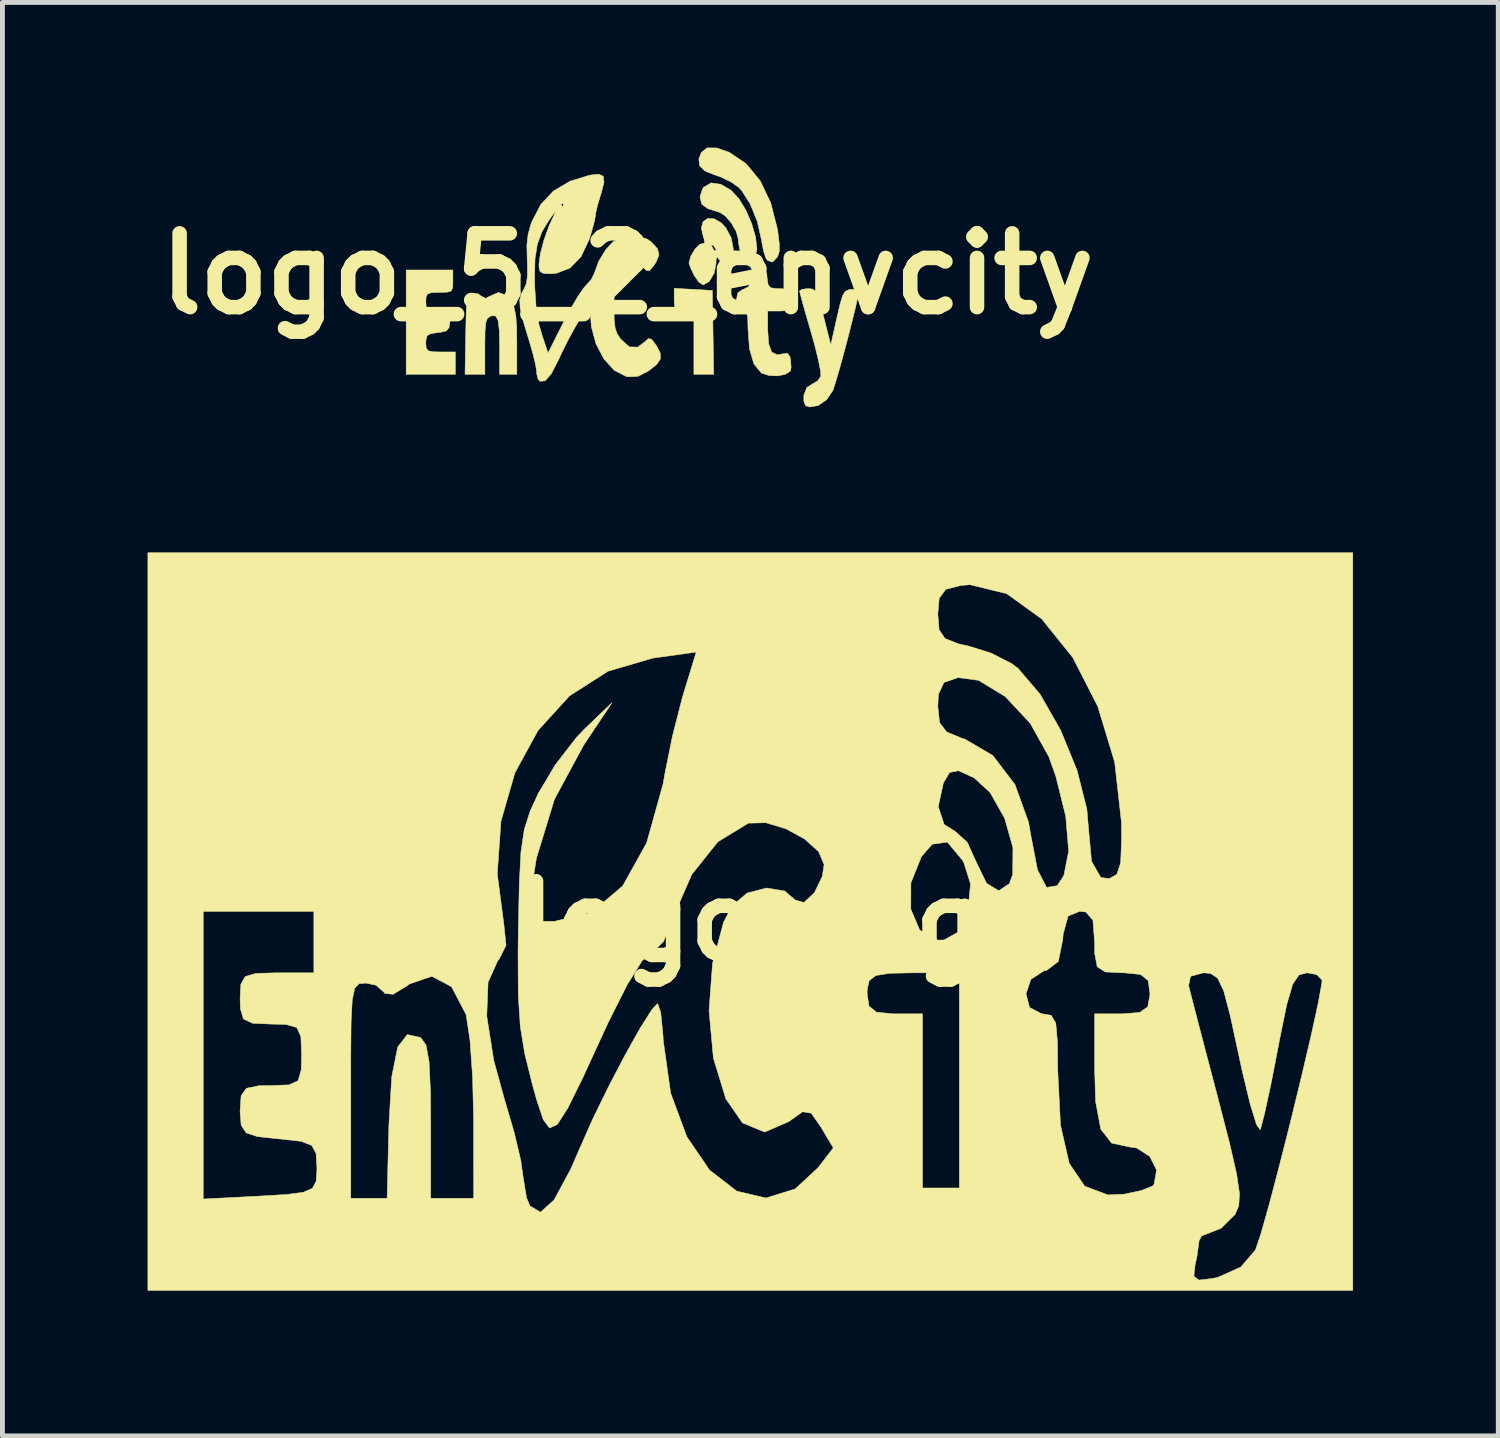
<source format=kicad_pcb>
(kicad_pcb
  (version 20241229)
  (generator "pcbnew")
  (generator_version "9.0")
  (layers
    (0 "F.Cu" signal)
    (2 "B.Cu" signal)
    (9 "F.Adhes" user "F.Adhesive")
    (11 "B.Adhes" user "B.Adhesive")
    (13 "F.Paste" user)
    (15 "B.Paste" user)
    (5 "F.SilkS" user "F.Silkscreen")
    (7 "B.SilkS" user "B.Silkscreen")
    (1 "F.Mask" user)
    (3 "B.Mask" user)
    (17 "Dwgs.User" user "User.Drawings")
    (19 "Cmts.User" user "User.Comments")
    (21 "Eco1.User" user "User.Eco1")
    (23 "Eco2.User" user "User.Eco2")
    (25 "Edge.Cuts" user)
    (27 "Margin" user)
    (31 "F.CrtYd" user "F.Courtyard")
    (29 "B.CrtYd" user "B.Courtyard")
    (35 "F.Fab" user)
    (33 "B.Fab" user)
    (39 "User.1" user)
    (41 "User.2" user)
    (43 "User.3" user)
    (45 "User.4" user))
  (footprint "logo_big"
    (layer "F.Cu")
    (at 12.451 15.989)
    (property "Reference" "logo_big" (at 0 0 0) (layer "F.SilkS") (effects (font (size 1.524 1.524) (thickness 0.3))))
    (attr through_hole)
    (fp_poly (pts (xy 12.446 7.62) (xy -12.446 7.62) (xy -12.446 -0.212) (xy -11.303 -0.212) (xy -11.303 5.731) (xy -10.128 5.67) (xy -9.578 5.637) (xy -9.234 5.592) (xy -9.047 5.509) (xy -8.97 5.366) (xy -8.954 5.137) (xy -8.954 5.08) (xy -8.971 4.79) (xy -9.061 4.624) (xy -9.283 4.539) (xy -9.695 4.492) (xy -9.747 4.488) (xy -10.181 4.442) (xy -10.419 4.362) (xy -10.519 4.206) (xy -10.541 3.931) (xy -10.541 3.906) (xy -10.52 3.598) (xy -10.446 3.493) (xy -8.255 3.493) (xy -8.255 5.715) (xy -7.504 5.715) (xy -7.467 4.203) (xy -7.408 3.205) (xy -7.285 2.592) (xy -7.086 2.334) (xy -6.812 2.394) (xy -6.701 2.548) (xy -6.637 2.894) (xy -6.608 3.518) (xy -6.604 4.121) (xy -6.604 5.715) (xy -5.715 5.715) (xy -5.717 4.075) (xy -5.738 3.209) (xy -5.792 2.449) (xy -5.867 1.954) (xy -5.445 1.954) (xy -5.302 2.863) (xy -5.08 3.67) (xy -4.879 4.355) (xy -4.741 4.938) (xy -4.699 5.245) (xy -4.623 5.709) (xy -4.553 5.874) (xy -4.334 6.003) (xy -4.053 5.748) (xy -3.705 5.102) (xy -3.534 4.706) (xy -3.264 4.096) (xy -2.935 3.421) (xy -2.59 2.761) (xy -2.275 2.199) (xy -2.033 1.817) (xy -1.914 1.693) (xy -1.851 1.88) (xy -1.805 2.341) (xy -1.799 2.461) (xy -1.646 3.544) (xy -1.311 4.447) (xy -0.841 5.135) (xy -0.28 5.568) (xy 0.324 5.71) (xy 0.928 5.522) (xy 1.397 5.085) (xy 1.714 4.675) (xy 1.454 4.238) (xy 1.259 3.959) (xy 1.081 3.928) (xy 0.803 4.125) (xy 0.797 4.131) (xy 0.295 4.348) (xy -0.163 4.158) (xy -0.507 3.659) (xy -0.763 2.821) (xy -0.853 1.843) (xy -0.827 1.482) (xy 2.413 1.482) (xy 2.45 1.746) (xy 2.606 1.871) (xy 2.943 1.905) (xy 2.985 1.905) (xy 3.556 1.905) (xy 3.556 5.503) (xy 4.318 5.503) (xy 4.318 1.491) (xy 5.695 1.491) (xy 5.768 1.773) (xy 6.02 1.905) (xy 6.032 1.905) (xy 6.215 1.936) (xy 6.31 2.097) (xy 6.345 2.492) (xy 6.35 3.059) (xy 6.407 4.204) (xy 6.588 4.996) (xy 6.909 5.467) (xy 7.388 5.646) (xy 7.722 5.631) (xy 8.073 5.557) (xy 8.304 5.465) (xy 8.34 5.431) (xy 8.392 5.132) (xy 8.251 4.85) (xy 7.978 4.676) (xy 7.84 4.657) (xy 7.464 4.576) (xy 7.239 4.287) (xy 7.133 3.716) (xy 7.112 3.027) (xy 7.112 1.905) (xy 7.684 1.905) (xy 8.041 1.877) (xy 8.21 1.762) (xy 8.255 1.512) (xy 8.255 1.482) (xy 8.233 1.323) (xy 9.054 1.323) (xy 9.129 1.618) (xy 9.282 2.207) (xy 9.489 2.996) (xy 9.663 3.657) (xy 9.903 4.589) (xy 10.046 5.215) (xy 10.105 5.615) (xy 10.091 5.867) (xy 10.015 6.048) (xy 10.014 6.049) (xy 9.727 6.334) (xy 9.546 6.406) (xy 9.328 6.491) (xy 9.271 6.589) (xy 9.23 6.895) (xy 9.186 7.106) (xy 9.163 7.326) (xy 9.268 7.406) (xy 9.554 7.372) (xy 9.661 7.348) (xy 10.131 7.137) (xy 10.434 6.784) (xy 10.543 6.465) (xy 10.716 5.854) (xy 10.929 5.043) (xy 11.161 4.127) (xy 11.387 3.198) (xy 11.586 2.349) (xy 11.733 1.674) (xy 11.807 1.265) (xy 11.811 1.21) (xy 11.702 1.095) (xy 11.501 1.058) (xy 11.333 1.103) (xy 11.204 1.294) (xy 11.081 1.715) (xy 10.931 2.449) (xy 10.904 2.593) (xy 10.756 3.353) (xy 10.626 3.954) (xy 10.541 4.281) (xy 10.533 4.3) (xy 10.457 4.195) (xy 10.326 3.768) (xy 10.164 3.099) (xy 10.092 2.766) (xy 9.913 1.936) (xy 9.779 1.431) (xy 9.655 1.169) (xy 9.509 1.071) (xy 9.362 1.058) (xy 9.093 1.131) (xy 9.054 1.323) (xy 8.233 1.323) (xy 8.218 1.217) (xy 8.062 1.092) (xy 7.725 1.058) (xy 7.684 1.058) (xy 7.332 1.04) (xy 7.166 0.934) (xy 7.115 0.663) (xy 7.112 0.423) (xy 7.077 -0.031) (xy 6.932 -0.197) (xy 6.803 -0.212) (xy 6.564 -0.114) (xy 6.463 0.256) (xy 6.454 0.37) (xy 6.363 0.824) (xy 6.122 1.006) (xy 6.064 1.019) (xy 5.795 1.194) (xy 5.695 1.491) (xy 4.318 1.491) (xy 4.318 1.058) (xy 3.365 1.058) (xy 2.878 1.068) (xy 2.593 1.114) (xy 2.456 1.219) (xy 2.414 1.405) (xy 2.413 1.482) (xy -0.827 1.482) (xy -0.781 0.862) (xy -0.553 0.014) (xy -0.411 -0.258) (xy 3.315 -0.258) (xy 3.498 0.173) (xy 3.835 0.382) (xy 3.998 0.38) (xy 4.32 0.203) (xy 4.498 -0.258) (xy 4.549 -0.78) (xy 4.413 -1.21) (xy 4.385 -1.264) (xy 4.072 -1.641) (xy 3.756 -1.599) (xy 3.534 -1.343) (xy 3.317 -0.801) (xy 3.315 -0.258) (xy -0.411 -0.258) (xy -0.376 -0.325) (xy -0.069 -0.588) (xy 0.331 -0.694) (xy 0.709 -0.632) (xy 0.926 -0.447) (xy 1.105 -0.394) (xy 1.323 -0.595) (xy 1.488 -0.939) (xy 1.524 -1.179) (xy 1.41 -1.446) (xy 1.121 -1.706) (xy 0.732 -1.919) (xy 0.321 -2.042) (xy -0.034 -2.034) (xy -0.044 -2.031) (xy -0.671 -1.649) (xy -1.211 -0.972) (xy -1.566 -0.156) (xy -1.793 0.412) (xy -2.023 0.634) (xy -2.037 0.635) (xy -2.236 0.809) (xy -2.543 1.304) (xy -2.933 2.078) (xy -3.026 2.279) (xy -3.46 3.223) (xy -3.771 3.854) (xy -3.99 4.193) (xy -4.149 4.265) (xy -4.278 4.09) (xy -4.411 3.693) (xy -4.508 3.344) (xy -4.66 2.732) (xy -4.752 2.171) (xy -4.794 1.522) (xy -4.799 0.65) (xy -4.793 0.162) (xy -4.773 -0.798) (xy -4.738 -1.449) (xy -4.67 -1.902) (xy -4.553 -2.271) (xy -4.381 -2.648) (xy -4.027 -3.242) (xy -3.589 -3.808) (xy -3.429 -3.976) (xy -2.857 -4.523) (xy -3.445 -3.643) (xy -4.047 -2.527) (xy -4.419 -1.311) (xy -4.526 -0.652) (xy -4.562 -0.248) (xy -4.501 -0.059) (xy -4.283 -0.006) (xy -4.048 -0.005) (xy -3.275 -0.193) (xy -2.637 -0.737) (xy -2.143 -1.624) (xy -1.933 -2.375) (xy 3.882 -2.375) (xy 4.004 -2.006) (xy 4.232 -1.864) (xy 4.481 -1.638) (xy 4.673 -1.217) (xy 4.88 -0.791) (xy 5.132 -0.638) (xy 5.35 -0.782) (xy 5.42 -0.972) (xy 5.425 -1.528) (xy 5.253 -2.136) (xy 4.953 -2.667) (xy 4.622 -2.971) (xy 4.3 -3.117) (xy 4.117 -3.081) (xy 3.988 -2.865) (xy 3.882 -2.375) (xy -1.933 -2.375) (xy -1.803 -2.842) (xy -1.763 -3.068) (xy -1.608 -3.836) (xy -1.45 -4.451) (xy 3.873 -4.451) (xy 3.908 -4.113) (xy 4.054 -3.918) (xy 4.379 -3.784) (xy 4.435 -3.768) (xy 5.009 -3.432) (xy 5.467 -2.831) (xy 5.749 -2.049) (xy 5.787 -1.822) (xy 5.932 -1.071) (xy 6.12 -0.706) (xy 6.34 -0.742) (xy 6.477 -0.953) (xy 6.576 -1.457) (xy 6.516 -2.174) (xy 6.311 -3.002) (xy 6.165 -3.41) (xy 5.781 -4.098) (xy 5.266 -4.649) (xy 4.715 -4.984) (xy 4.292 -5.041) (xy 4 -4.94) (xy 3.886 -4.698) (xy 3.873 -4.451) (xy -1.45 -4.451) (xy -1.405 -4.628) (xy -1.371 -4.741) (xy -1.118 -5.568) (xy -2.015 -5.443) (xy -2.939 -5.173) (xy -3.736 -4.663) (xy -4.385 -3.95) (xy -4.864 -3.074) (xy -5.152 -2.073) (xy -5.228 -0.986) (xy -5.092 0.054) (xy -5.047 0.491) (xy -5.193 0.782) (xy -5.219 0.81) (xy -5.418 1.253) (xy -5.445 1.954) (xy -5.867 1.954) (xy -5.868 1.944) (xy -5.878 1.909) (xy -6.173 1.345) (xy -6.579 1.13) (xy -7.043 1.289) (xy -7.093 1.328) (xy -7.381 1.502) (xy -7.553 1.483) (xy -7.563 1.465) (xy -7.732 1.314) (xy -7.945 1.27) (xy -8.083 1.283) (xy -8.172 1.373) (xy -8.224 1.616) (xy -8.248 2.086) (xy -8.255 2.859) (xy -8.255 3.493) (xy -10.446 3.493) (xy -10.412 3.444) (xy -10.153 3.391) (xy -9.906 3.387) (xy -9.53 3.373) (xy -9.343 3.287) (xy -9.278 3.065) (xy -9.271 2.752) (xy -9.285 2.376) (xy -9.37 2.188) (xy -9.592 2.124) (xy -9.906 2.117) (xy -10.283 2.1) (xy -10.471 2.012) (xy -10.535 1.8) (xy -10.541 1.587) (xy -10.525 1.294) (xy -10.437 1.136) (xy -10.217 1.071) (xy -9.806 1.058) (xy -9.779 1.058) (xy -9.017 1.058) (xy -9.017 -0.212) (xy -11.303 -0.212) (xy -12.446 -0.212) (xy -12.446 -6.35) (xy 3.873 -6.35) (xy 3.9 -6.03) (xy 4.021 -5.848) (xy 4.3 -5.738) (xy 4.513 -5.691) (xy 4.976 -5.546) (xy 5.397 -5.331) (xy 5.529 -5.233) (xy 5.988 -4.694) (xy 6.412 -3.95) (xy 6.751 -3.121) (xy 6.952 -2.323) (xy 6.985 -1.933) (xy 7.049 -1.246) (xy 7.239 -0.912) (xy 7.414 -0.888) (xy 7.572 -0.976) (xy 7.65 -1.215) (xy 7.67 -1.714) (xy 7.666 -2.057) (xy 7.527 -3.293) (xy 7.177 -4.447) (xy 6.661 -5.455) (xy 6.02 -6.252) (xy 5.298 -6.774) (xy 4.539 -6.959) (xy 4.356 -6.946) (xy 4.037 -6.864) (xy 3.901 -6.679) (xy 3.873 -6.35) (xy -12.446 -6.35) (xy -12.446 -7.62) (xy 12.446 -7.62) (xy 12.446 7.62)) (stroke (width 0.01) (type solid)) (fill yes) (layer "F.SilkS")))
  (footprint "logo_5_2_envcity"
    (layer "F.Cu")
    (at 9.913 2.605)
    (property "Reference" "logo_5_2_envcity" (at 0 0 0) (layer "F.SilkS") (effects (font (size 1.524 1.524) (thickness 0.3))))
    (attr through_hole)
    (fp_poly (pts (xy 1.753 0.346) (xy 1.767 1.212) (xy 1.781 2.078) (xy 1.372 2.078) (xy 1.372 0.77) (xy 1.168 0.77) (xy 1.038 0.761) (xy 0.98 0.711) (xy 0.966 0.588) (xy 0.965 0.536) (xy 0.965 0.301) (xy 1.753 0.346)) (stroke (width 0.01) (type solid)) (fill yes) (layer "F.SilkS"))
    (fp_poly (pts (xy 1.928 -1.848) (xy 2.139 -1.725) (xy 2.299 -1.554) (xy 2.445 -1.314) (xy 2.564 -1.039) (xy 2.645 -0.762) (xy 2.674 -0.518) (xy 2.639 -0.342) (xy 2.638 -0.34) (xy 2.531 -0.237) (xy 2.419 -0.268) (xy 2.337 -0.422) (xy 2.336 -0.428) (xy 2.298 -0.612) (xy 2.286 -0.725) (xy 2.246 -0.874) (xy 2.147 -1.045) (xy 2.022 -1.192) (xy 1.909 -1.267) (xy 1.755 -1.315) (xy 1.657 -1.346) (xy 1.535 -1.437) (xy 1.497 -1.585) (xy 1.548 -1.748) (xy 1.575 -1.786) (xy 1.726 -1.876) (xy 1.928 -1.848)) (stroke (width 0.01) (type solid)) (fill yes) (layer "F.SilkS"))
    (fp_poly (pts (xy 1.841 -2.599) (xy 2.105 -2.507) (xy 2.453 -2.272) (xy 2.742 -1.919) (xy 2.959 -1.466) (xy 3.096 -0.929) (xy 3.104 -0.88) (xy 3.136 -0.619) (xy 3.135 -0.457) (xy 3.101 -0.351) (xy 3.1 -0.349) (xy 2.995 -0.24) (xy 2.891 -0.276) (xy 2.857 -0.327) (xy 2.812 -0.465) (xy 2.772 -0.672) (xy 2.769 -0.693) (xy 2.682 -1.078) (xy 2.537 -1.439) (xy 2.359 -1.719) (xy 2.302 -1.78) (xy 2.143 -1.893) (xy 1.939 -1.994) (xy 1.806 -2.04) (xy 1.598 -2.123) (xy 1.489 -2.234) (xy 1.475 -2.376) (xy 1.526 -2.505) (xy 1.644 -2.6) (xy 1.841 -2.599)) (stroke (width 0.01) (type solid)) (fill yes) (layer "F.SilkS"))
    (fp_poly (pts (xy -2.496 0.449) (xy -2.391 0.588) (xy -2.337 0.719) (xy -2.305 0.882) (xy -2.29 1.119) (xy -2.286 1.434) (xy -2.286 2.078) (xy -2.642 2.078) (xy -2.642 1.505) (xy -2.648 1.171) (xy -2.673 0.967) (xy -2.722 0.874) (xy -2.803 0.868) (xy -2.845 0.885) (xy -2.898 0.928) (xy -2.928 1.017) (xy -2.943 1.187) (xy -2.946 1.473) (xy -2.946 1.506) (xy -2.946 2.078) (xy -3.356 2.078) (xy -3.342 1.251) (xy -3.334 0.885) (xy -3.325 0.646) (xy -3.308 0.505) (xy -3.28 0.434) (xy -3.237 0.405) (xy -3.21 0.398) (xy -3.088 0.414) (xy -3.023 0.461) (xy -2.93 0.509) (xy -2.851 0.467) (xy -2.665 0.386) (xy -2.496 0.449)) (stroke (width 0.01) (type solid)) (fill yes) (layer "F.SilkS"))
    (fp_poly (pts (xy -3.607 0.154) (xy -3.611 0.286) (xy -3.642 0.355) (xy -3.724 0.381) (xy -3.882 0.385) (xy -3.886 0.385) (xy -4.046 0.39) (xy -4.13 0.416) (xy -4.161 0.481) (xy -4.166 0.577) (xy -4.158 0.691) (xy -4.116 0.748) (xy -4.015 0.768) (xy -3.908 0.77) (xy -3.757 0.774) (xy -3.683 0.803) (xy -3.662 0.876) (xy -3.667 0.981) (xy -3.686 1.111) (xy -3.738 1.178) (xy -3.85 1.208) (xy -3.924 1.216) (xy -4.071 1.239) (xy -4.142 1.284) (xy -4.164 1.375) (xy -4.166 1.428) (xy -4.159 1.533) (xy -4.122 1.589) (xy -4.033 1.612) (xy -3.866 1.616) (xy -3.861 1.616) (xy -3.556 1.616) (xy -3.556 2.078) (xy -4.572 2.078) (xy -4.572 -0.077) (xy -3.607 -0.077) (xy -3.607 0.154)) (stroke (width 0.01) (type solid)) (fill yes) (layer "F.SilkS"))
    (fp_poly (pts (xy 1.785 -1.138) (xy 1.934 -1.054) (xy 2.028 -0.955) (xy 2.143 -0.741) (xy 2.187 -0.509) (xy 2.152 -0.301) (xy 2.123 -0.246) (xy 2.042 -0.162) (xy 1.962 -0.202) (xy 1.909 -0.275) (xy 1.85 -0.348) (xy 1.83 -0.295) (xy 1.829 -0.21) (xy 1.788 -0.006) (xy 1.689 0.16) (xy 1.565 0.231) (xy 1.562 0.231) (xy 1.476 0.175) (xy 1.38 0.038) (xy 1.375 0.028) (xy 1.303 -0.124) (xy 1.27 -0.22) (xy 1.27 -0.224) (xy 1.309 -0.367) (xy 1.398 -0.516) (xy 1.483 -0.594) (xy 1.735 -0.594) (xy 1.748 -0.551) (xy 1.799 -0.468) (xy 1.828 -0.485) (xy 1.829 -0.496) (xy 1.793 -0.561) (xy 1.77 -0.585) (xy 1.735 -0.594) (xy 1.483 -0.594) (xy 1.498 -0.608) (xy 1.527 -0.616) (xy 1.595 -0.635) (xy 1.582 -0.721) (xy 1.567 -0.76) (xy 1.526 -0.945) (xy 1.562 -1.075) (xy 1.655 -1.142) (xy 1.785 -1.138)) (stroke (width 0.01) (type solid)) (fill yes) (layer "F.SilkS"))
    (fp_poly (pts (xy 3.818 0.315) (xy 3.88 0.354) (xy 3.932 0.456) (xy 3.99 0.65) (xy 4.052 0.889) (xy 4.2 1.471) (xy 4.326 0.908) (xy 4.393 0.623) (xy 4.445 0.453) (xy 4.498 0.366) (xy 4.569 0.331) (xy 4.613 0.322) (xy 4.724 0.327) (xy 4.775 0.371) (xy 4.775 0.377) (xy 4.757 0.49) (xy 4.707 0.711) (xy 4.634 1.006) (xy 4.549 1.341) (xy 4.458 1.682) (xy 4.372 1.994) (xy 4.298 2.245) (xy 4.247 2.401) (xy 4.241 2.414) (xy 4.113 2.603) (xy 3.939 2.723) (xy 3.762 2.753) (xy 3.678 2.724) (xy 3.643 2.631) (xy 3.644 2.507) (xy 3.705 2.349) (xy 3.816 2.28) (xy 3.933 2.211) (xy 3.995 2.116) (xy 3.987 2.001) (xy 3.943 1.781) (xy 3.871 1.488) (xy 3.791 1.201) (xy 3.697 0.88) (xy 3.621 0.612) (xy 3.572 0.427) (xy 3.556 0.356) (xy 3.601 0.324) (xy 3.71 0.308) (xy 3.73 0.308) (xy 3.818 0.315)) (stroke (width 0.01) (type solid)) (fill yes) (layer "F.SilkS"))
    (fp_poly (pts (xy 2.829 -0.092) (xy 2.876 0.008) (xy 2.886 0.096) (xy 2.906 0.228) (xy 2.956 0.289) (xy 3.069 0.307) (xy 3.128 0.308) (xy 3.267 0.315) (xy 3.332 0.355) (xy 3.352 0.456) (xy 3.353 0.539) (xy 3.346 0.681) (xy 3.308 0.748) (xy 3.21 0.768) (xy 3.124 0.77) (xy 2.896 0.77) (xy 2.896 1.145) (xy 2.916 1.449) (xy 2.981 1.621) (xy 3.099 1.675) (xy 3.192 1.658) (xy 3.301 1.642) (xy 3.354 1.711) (xy 3.37 1.784) (xy 3.38 1.941) (xy 3.364 2.011) (xy 3.261 2.078) (xy 3.102 2.11) (xy 2.927 2.103) (xy 2.779 2.056) (xy 2.763 2.047) (xy 2.612 1.864) (xy 2.521 1.557) (xy 2.489 1.126) (xy 2.489 1.105) (xy 2.484 0.896) (xy 2.456 0.798) (xy 2.39 0.771) (xy 2.359 0.77) (xy 2.266 0.748) (xy 2.24 0.649) (xy 2.245 0.558) (xy 2.281 0.393) (xy 2.377 0.327) (xy 2.397 0.322) (xy 2.505 0.265) (xy 2.548 0.113) (xy 2.55 0.092) (xy 2.578 -0.058) (xy 2.656 -0.111) (xy 2.718 -0.115) (xy 2.829 -0.092)) (stroke (width 0.01) (type solid)) (fill yes) (layer "F.SilkS"))
    (fp_poly (pts (xy -0.501 -2.015) (xy -0.485 -1.892) (xy -0.54 -1.674) (xy -0.557 -1.622) (xy -0.62 -1.412) (xy -0.657 -1.248) (xy -0.66 -1.211) (xy -0.682 -1.089) (xy -0.737 -0.883) (xy -0.79 -0.712) (xy -0.959 -0.353) (xy -1.188 -0.118) (xy -1.474 -0.008) (xy -1.591 0) (xy -1.735 -0.007) (xy -1.805 -0.043) (xy -1.827 -0.13) (xy -1.829 -0.195) (xy -1.799 -0.418) (xy -1.723 -0.704) (xy -1.616 -1) (xy -1.506 -1.232) (xy -1.481 -1.287) (xy -1.521 -1.245) (xy -1.613 -1.121) (xy -1.765 -0.872) (xy -1.861 -0.616) (xy -1.91 -0.312) (xy -1.92 0.081) (xy -1.915 0.285) (xy -1.886 0.712) (xy -1.829 1.049) (xy -1.767 1.264) (xy -1.642 1.639) (xy -1.322 1.002) (xy -1.172 0.719) (xy -1.027 0.474) (xy -0.908 0.299) (xy -0.856 0.24) (xy -0.746 0.116) (xy -0.684 -0.011) (xy -0.684 -0.013) (xy -0.594 -0.259) (xy -0.447 -0.5) (xy -0.291 -0.665) (xy -0.072 -0.769) (xy 0.176 -0.786) (xy 0.408 -0.715) (xy 0.497 -0.652) (xy 0.621 -0.515) (xy 0.651 -0.389) (xy 0.591 -0.241) (xy 0.546 -0.173) (xy 0.457 -0.067) (xy 0.389 -0.068) (xy 0.333 -0.121) (xy 0.167 -0.223) (xy -0.008 -0.174) (xy -0.137 -0.045) (xy -0.214 0.07) (xy -0.257 0.195) (xy -0.276 0.376) (xy -0.279 0.654) (xy -0.275 0.938) (xy -0.256 1.118) (xy -0.213 1.241) (xy -0.137 1.354) (xy 0.039 1.511) (xy 0.212 1.516) (xy 0.349 1.414) (xy 0.434 1.339) (xy 0.498 1.353) (xy 0.585 1.467) (xy 0.596 1.483) (xy 0.676 1.636) (xy 0.68 1.761) (xy 0.6 1.878) (xy 0.431 2.01) (xy 0.42 2.017) (xy 0.214 2.12) (xy 0.018 2.129) (xy -0.033 2.119) (xy -0.274 1.995) (xy -0.487 1.76) (xy -0.651 1.448) (xy -0.746 1.094) (xy -0.762 0.888) (xy -0.778 0.742) (xy -0.809 0.693) (xy -0.864 0.75) (xy -0.963 0.9) (xy -1.088 1.114) (xy -1.222 1.361) (xy -1.348 1.611) (xy -1.421 1.77) (xy -1.571 2.062) (xy -1.701 2.213) (xy -1.809 2.221) (xy -1.846 2.181) (xy -1.875 2.067) (xy -1.88 1.995) (xy -1.901 1.864) (xy -1.957 1.64) (xy -2.036 1.365) (xy -2.057 1.298) (xy -2.161 0.955) (xy -2.216 0.714) (xy -2.226 0.543) (xy -2.193 0.413) (xy -2.142 0.321) (xy -2.09 0.208) (xy -2.067 0.049) (xy -2.068 -0.204) (xy -2.072 -0.288) (xy -2.078 -0.592) (xy -2.053 -0.817) (xy -1.991 -1.034) (xy -1.978 -1.07) (xy -1.795 -1.424) (xy -1.372 -1.424) (xy -1.346 -1.385) (xy -1.321 -1.424) (xy -1.346 -1.462) (xy -1.372 -1.424) (xy -1.795 -1.424) (xy -1.792 -1.43) (xy -1.53 -1.709) (xy -1.186 -1.912) (xy -0.78 -2.036) (xy -0.597 -2.057) (xy -0.501 -2.015)) (stroke (width 0.01) (type solid)) (fill yes) (layer "F.SilkS")))
  (gr_rect
    (start -3 -3)
    (end 27.902 26.614)
    (stroke (width 0.1) (type default))
    (fill no)
    (layer "Edge.Cuts")))
</source>
